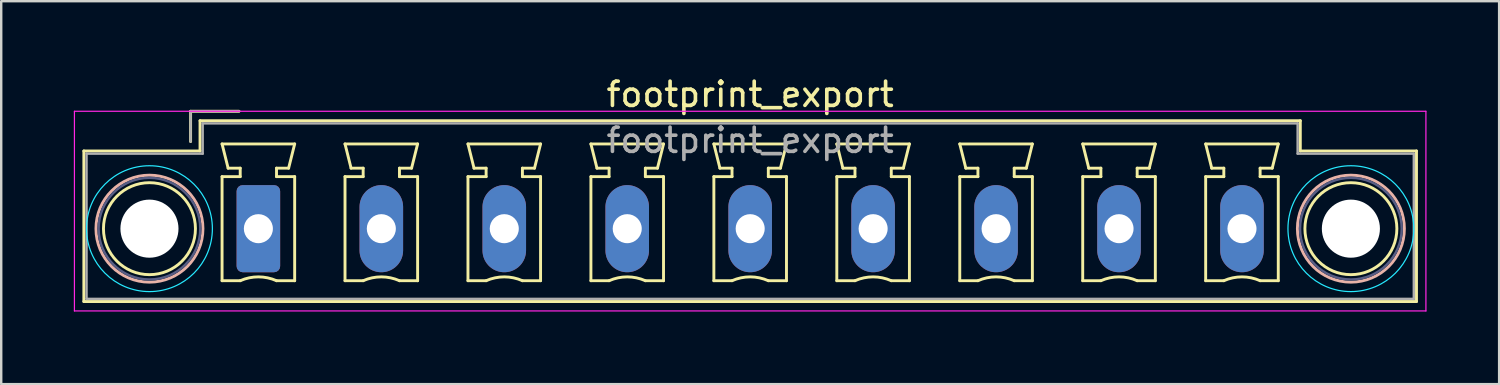
<source format=kicad_pcb>
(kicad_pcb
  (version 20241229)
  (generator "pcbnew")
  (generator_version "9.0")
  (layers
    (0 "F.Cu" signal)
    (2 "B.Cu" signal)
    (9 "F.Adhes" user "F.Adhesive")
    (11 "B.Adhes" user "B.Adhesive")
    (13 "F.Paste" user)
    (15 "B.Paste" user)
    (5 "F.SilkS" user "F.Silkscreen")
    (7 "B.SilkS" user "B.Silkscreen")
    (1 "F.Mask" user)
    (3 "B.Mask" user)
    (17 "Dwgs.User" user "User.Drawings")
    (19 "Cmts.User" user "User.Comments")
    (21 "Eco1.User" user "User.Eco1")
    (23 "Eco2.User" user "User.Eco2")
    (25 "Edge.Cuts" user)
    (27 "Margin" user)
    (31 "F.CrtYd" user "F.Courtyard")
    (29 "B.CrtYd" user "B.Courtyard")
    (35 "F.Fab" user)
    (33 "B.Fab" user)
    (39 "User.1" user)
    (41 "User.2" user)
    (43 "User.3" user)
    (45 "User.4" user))
  (footprint "footprint_export"
    (layer "F.Cu")
    (at 7.625 6.398)
    (property "Reference" "footprint_export" (at 20.32 -5.55 0) (layer "F.SilkS") (effects (font (size 1 1) (thickness 0.15))))
    (attr through_hole)
    (fp_line (start -7.21 -3.21) (end -7.21 3.01) (stroke (width 0.12) (type solid)) (layer "F.SilkS"))
    (fp_line (start -7.21 3.01) (end 47.85 3.01) (stroke (width 0.12) (type solid)) (layer "F.SilkS"))
    (fp_line (start -2.8 -4.85) (end -0.8 -4.85) (stroke (width 0.12) (type solid)) (layer "F.SilkS"))
    (fp_line (start -2.8 -3.6) (end -2.8 -4.85) (stroke (width 0.12) (type solid)) (layer "F.SilkS"))
    (fp_line (start -2.41 -4.46) (end -2.41 -3.21) (stroke (width 0.12) (type solid)) (layer "F.SilkS"))
    (fp_line (start -2.41 -3.21) (end -7.21 -3.21) (stroke (width 0.12) (type solid)) (layer "F.SilkS"))
    (fp_line (start -1.5 -3.5) (end 1.5 -3.5) (stroke (width 0.12) (type solid)) (layer "F.SilkS"))
    (fp_line (start -1.5 -2.15) (end -0.75 -2.15) (stroke (width 0.12) (type solid)) (layer "F.SilkS"))
    (fp_line (start -1.5 2.15) (end -1.5 -2.15) (stroke (width 0.12) (type solid)) (layer "F.SilkS"))
    (fp_line (start -1.25 -2.5) (end -1.5 -3.5) (stroke (width 0.12) (type solid)) (layer "F.SilkS"))
    (fp_line (start -0.75 -2.5) (end -1.25 -2.5) (stroke (width 0.12) (type solid)) (layer "F.SilkS"))
    (fp_line (start -0.75 -2.15) (end -0.75 -2.5) (stroke (width 0.12) (type solid)) (layer "F.SilkS"))
    (fp_line (start -0.75 2.15) (end -1.5 2.15) (stroke (width 0.12) (type solid)) (layer "F.SilkS"))
    (fp_line (start 0.75 -2.5) (end 0.75 -2.15) (stroke (width 0.12) (type solid)) (layer "F.SilkS"))
    (fp_line (start 0.75 -2.15) (end 1.5 -2.15) (stroke (width 0.12) (type solid)) (layer "F.SilkS"))
    (fp_line (start 1.25 -2.5) (end 0.75 -2.5) (stroke (width 0.12) (type solid)) (layer "F.SilkS"))
    (fp_line (start 1.5 -3.5) (end 1.25 -2.5) (stroke (width 0.12) (type solid)) (layer "F.SilkS"))
    (fp_line (start 1.5 -2.15) (end 1.5 2.15) (stroke (width 0.12) (type solid)) (layer "F.SilkS"))
    (fp_line (start 1.5 2.15) (end 0.75 2.15) (stroke (width 0.12) (type solid)) (layer "F.SilkS"))
    (fp_line (start 3.58 -3.5) (end 6.58 -3.5) (stroke (width 0.12) (type solid)) (layer "F.SilkS"))
    (fp_line (start 3.58 -2.15) (end 4.33 -2.15) (stroke (width 0.12) (type solid)) (layer "F.SilkS"))
    (fp_line (start 3.58 2.15) (end 3.58 -2.15) (stroke (width 0.12) (type solid)) (layer "F.SilkS"))
    (fp_line (start 3.83 -2.5) (end 3.58 -3.5) (stroke (width 0.12) (type solid)) (layer "F.SilkS"))
    (fp_line (start 4.33 -2.5) (end 3.83 -2.5) (stroke (width 0.12) (type solid)) (layer "F.SilkS"))
    (fp_line (start 4.33 -2.15) (end 4.33 -2.5) (stroke (width 0.12) (type solid)) (layer "F.SilkS"))
    (fp_line (start 4.33 2.15) (end 3.58 2.15) (stroke (width 0.12) (type solid)) (layer "F.SilkS"))
    (fp_line (start 5.83 -2.5) (end 5.83 -2.15) (stroke (width 0.12) (type solid)) (layer "F.SilkS"))
    (fp_line (start 5.83 -2.15) (end 6.58 -2.15) (stroke (width 0.12) (type solid)) (layer "F.SilkS"))
    (fp_line (start 6.33 -2.5) (end 5.83 -2.5) (stroke (width 0.12) (type solid)) (layer "F.SilkS"))
    (fp_line (start 6.58 -3.5) (end 6.33 -2.5) (stroke (width 0.12) (type solid)) (layer "F.SilkS"))
    (fp_line (start 6.58 -2.15) (end 6.58 2.15) (stroke (width 0.12) (type solid)) (layer "F.SilkS"))
    (fp_line (start 6.58 2.15) (end 5.83 2.15) (stroke (width 0.12) (type solid)) (layer "F.SilkS"))
    (fp_line (start 8.66 -3.5) (end 11.66 -3.5) (stroke (width 0.12) (type solid)) (layer "F.SilkS"))
    (fp_line (start 8.66 -2.15) (end 9.41 -2.15) (stroke (width 0.12) (type solid)) (layer "F.SilkS"))
    (fp_line (start 8.66 2.15) (end 8.66 -2.15) (stroke (width 0.12) (type solid)) (layer "F.SilkS"))
    (fp_line (start 8.91 -2.5) (end 8.66 -3.5) (stroke (width 0.12) (type solid)) (layer "F.SilkS"))
    (fp_line (start 9.41 -2.5) (end 8.91 -2.5) (stroke (width 0.12) (type solid)) (layer "F.SilkS"))
    (fp_line (start 9.41 -2.15) (end 9.41 -2.5) (stroke (width 0.12) (type solid)) (layer "F.SilkS"))
    (fp_line (start 9.41 2.15) (end 8.66 2.15) (stroke (width 0.12) (type solid)) (layer "F.SilkS"))
    (fp_line (start 10.91 -2.5) (end 10.91 -2.15) (stroke (width 0.12) (type solid)) (layer "F.SilkS"))
    (fp_line (start 10.91 -2.15) (end 11.66 -2.15) (stroke (width 0.12) (type solid)) (layer "F.SilkS"))
    (fp_line (start 11.41 -2.5) (end 10.91 -2.5) (stroke (width 0.12) (type solid)) (layer "F.SilkS"))
    (fp_line (start 11.66 -3.5) (end 11.41 -2.5) (stroke (width 0.12) (type solid)) (layer "F.SilkS"))
    (fp_line (start 11.66 -2.15) (end 11.66 2.15) (stroke (width 0.12) (type solid)) (layer "F.SilkS"))
    (fp_line (start 11.66 2.15) (end 10.91 2.15) (stroke (width 0.12) (type solid)) (layer "F.SilkS"))
    (fp_line (start 13.74 -3.5) (end 16.74 -3.5) (stroke (width 0.12) (type solid)) (layer "F.SilkS"))
    (fp_line (start 13.74 -2.15) (end 14.49 -2.15) (stroke (width 0.12) (type solid)) (layer "F.SilkS"))
    (fp_line (start 13.74 2.15) (end 13.74 -2.15) (stroke (width 0.12) (type solid)) (layer "F.SilkS"))
    (fp_line (start 13.99 -2.5) (end 13.74 -3.5) (stroke (width 0.12) (type solid)) (layer "F.SilkS"))
    (fp_line (start 14.49 -2.5) (end 13.99 -2.5) (stroke (width 0.12) (type solid)) (layer "F.SilkS"))
    (fp_line (start 14.49 -2.15) (end 14.49 -2.5) (stroke (width 0.12) (type solid)) (layer "F.SilkS"))
    (fp_line (start 14.49 2.15) (end 13.74 2.15) (stroke (width 0.12) (type solid)) (layer "F.SilkS"))
    (fp_line (start 15.99 -2.5) (end 15.99 -2.15) (stroke (width 0.12) (type solid)) (layer "F.SilkS"))
    (fp_line (start 15.99 -2.15) (end 16.74 -2.15) (stroke (width 0.12) (type solid)) (layer "F.SilkS"))
    (fp_line (start 16.49 -2.5) (end 15.99 -2.5) (stroke (width 0.12) (type solid)) (layer "F.SilkS"))
    (fp_line (start 16.74 -3.5) (end 16.49 -2.5) (stroke (width 0.12) (type solid)) (layer "F.SilkS"))
    (fp_line (start 16.74 -2.15) (end 16.74 2.15) (stroke (width 0.12) (type solid)) (layer "F.SilkS"))
    (fp_line (start 16.74 2.15) (end 15.99 2.15) (stroke (width 0.12) (type solid)) (layer "F.SilkS"))
    (fp_line (start 18.82 -3.5) (end 21.82 -3.5) (stroke (width 0.12) (type solid)) (layer "F.SilkS"))
    (fp_line (start 18.82 -2.15) (end 19.57 -2.15) (stroke (width 0.12) (type solid)) (layer "F.SilkS"))
    (fp_line (start 18.82 2.15) (end 18.82 -2.15) (stroke (width 0.12) (type solid)) (layer "F.SilkS"))
    (fp_line (start 19.07 -2.5) (end 18.82 -3.5) (stroke (width 0.12) (type solid)) (layer "F.SilkS"))
    (fp_line (start 19.57 -2.5) (end 19.07 -2.5) (stroke (width 0.12) (type solid)) (layer "F.SilkS"))
    (fp_line (start 19.57 -2.15) (end 19.57 -2.5) (stroke (width 0.12) (type solid)) (layer "F.SilkS"))
    (fp_line (start 19.57 2.15) (end 18.82 2.15) (stroke (width 0.12) (type solid)) (layer "F.SilkS"))
    (fp_line (start 21.07 -2.5) (end 21.07 -2.15) (stroke (width 0.12) (type solid)) (layer "F.SilkS"))
    (fp_line (start 21.07 -2.15) (end 21.82 -2.15) (stroke (width 0.12) (type solid)) (layer "F.SilkS"))
    (fp_line (start 21.57 -2.5) (end 21.07 -2.5) (stroke (width 0.12) (type solid)) (layer "F.SilkS"))
    (fp_line (start 21.82 -3.5) (end 21.57 -2.5) (stroke (width 0.12) (type solid)) (layer "F.SilkS"))
    (fp_line (start 21.82 -2.15) (end 21.82 2.15) (stroke (width 0.12) (type solid)) (layer "F.SilkS"))
    (fp_line (start 21.82 2.15) (end 21.07 2.15) (stroke (width 0.12) (type solid)) (layer "F.SilkS"))
    (fp_line (start 23.9 -3.5) (end 26.9 -3.5) (stroke (width 0.12) (type solid)) (layer "F.SilkS"))
    (fp_line (start 23.9 -2.15) (end 24.65 -2.15) (stroke (width 0.12) (type solid)) (layer "F.SilkS"))
    (fp_line (start 23.9 2.15) (end 23.9 -2.15) (stroke (width 0.12) (type solid)) (layer "F.SilkS"))
    (fp_line (start 24.15 -2.5) (end 23.9 -3.5) (stroke (width 0.12) (type solid)) (layer "F.SilkS"))
    (fp_line (start 24.65 -2.5) (end 24.15 -2.5) (stroke (width 0.12) (type solid)) (layer "F.SilkS"))
    (fp_line (start 24.65 -2.15) (end 24.65 -2.5) (stroke (width 0.12) (type solid)) (layer "F.SilkS"))
    (fp_line (start 24.65 2.15) (end 23.9 2.15) (stroke (width 0.12) (type solid)) (layer "F.SilkS"))
    (fp_line (start 26.15 -2.5) (end 26.15 -2.15) (stroke (width 0.12) (type solid)) (layer "F.SilkS"))
    (fp_line (start 26.15 -2.15) (end 26.9 -2.15) (stroke (width 0.12) (type solid)) (layer "F.SilkS"))
    (fp_line (start 26.65 -2.5) (end 26.15 -2.5) (stroke (width 0.12) (type solid)) (layer "F.SilkS"))
    (fp_line (start 26.9 -3.5) (end 26.65 -2.5) (stroke (width 0.12) (type solid)) (layer "F.SilkS"))
    (fp_line (start 26.9 -2.15) (end 26.9 2.15) (stroke (width 0.12) (type solid)) (layer "F.SilkS"))
    (fp_line (start 26.9 2.15) (end 26.15 2.15) (stroke (width 0.12) (type solid)) (layer "F.SilkS"))
    (fp_line (start 28.98 -3.5) (end 31.98 -3.5) (stroke (width 0.12) (type solid)) (layer "F.SilkS"))
    (fp_line (start 28.98 -2.15) (end 29.73 -2.15) (stroke (width 0.12) (type solid)) (layer "F.SilkS"))
    (fp_line (start 28.98 2.15) (end 28.98 -2.15) (stroke (width 0.12) (type solid)) (layer "F.SilkS"))
    (fp_line (start 29.23 -2.5) (end 28.98 -3.5) (stroke (width 0.12) (type solid)) (layer "F.SilkS"))
    (fp_line (start 29.73 -2.5) (end 29.23 -2.5) (stroke (width 0.12) (type solid)) (layer "F.SilkS"))
    (fp_line (start 29.73 -2.15) (end 29.73 -2.5) (stroke (width 0.12) (type solid)) (layer "F.SilkS"))
    (fp_line (start 29.73 2.15) (end 28.98 2.15) (stroke (width 0.12) (type solid)) (layer "F.SilkS"))
    (fp_line (start 31.23 -2.5) (end 31.23 -2.15) (stroke (width 0.12) (type solid)) (layer "F.SilkS"))
    (fp_line (start 31.23 -2.15) (end 31.98 -2.15) (stroke (width 0.12) (type solid)) (layer "F.SilkS"))
    (fp_line (start 31.73 -2.5) (end 31.23 -2.5) (stroke (width 0.12) (type solid)) (layer "F.SilkS"))
    (fp_line (start 31.98 -3.5) (end 31.73 -2.5) (stroke (width 0.12) (type solid)) (layer "F.SilkS"))
    (fp_line (start 31.98 -2.15) (end 31.98 2.15) (stroke (width 0.12) (type solid)) (layer "F.SilkS"))
    (fp_line (start 31.98 2.15) (end 31.23 2.15) (stroke (width 0.12) (type solid)) (layer "F.SilkS"))
    (fp_line (start 34.06 -3.5) (end 37.06 -3.5) (stroke (width 0.12) (type solid)) (layer "F.SilkS"))
    (fp_line (start 34.06 -2.15) (end 34.81 -2.15) (stroke (width 0.12) (type solid)) (layer "F.SilkS"))
    (fp_line (start 34.06 2.15) (end 34.06 -2.15) (stroke (width 0.12) (type solid)) (layer "F.SilkS"))
    (fp_line (start 34.31 -2.5) (end 34.06 -3.5) (stroke (width 0.12) (type solid)) (layer "F.SilkS"))
    (fp_line (start 34.81 -2.5) (end 34.31 -2.5) (stroke (width 0.12) (type solid)) (layer "F.SilkS"))
    (fp_line (start 34.81 -2.15) (end 34.81 -2.5) (stroke (width 0.12) (type solid)) (layer "F.SilkS"))
    (fp_line (start 34.81 2.15) (end 34.06 2.15) (stroke (width 0.12) (type solid)) (layer "F.SilkS"))
    (fp_line (start 36.31 -2.5) (end 36.31 -2.15) (stroke (width 0.12) (type solid)) (layer "F.SilkS"))
    (fp_line (start 36.31 -2.15) (end 37.06 -2.15) (stroke (width 0.12) (type solid)) (layer "F.SilkS"))
    (fp_line (start 36.81 -2.5) (end 36.31 -2.5) (stroke (width 0.12) (type solid)) (layer "F.SilkS"))
    (fp_line (start 37.06 -3.5) (end 36.81 -2.5) (stroke (width 0.12) (type solid)) (layer "F.SilkS"))
    (fp_line (start 37.06 -2.15) (end 37.06 2.15) (stroke (width 0.12) (type solid)) (layer "F.SilkS"))
    (fp_line (start 37.06 2.15) (end 36.31 2.15) (stroke (width 0.12) (type solid)) (layer "F.SilkS"))
    (fp_line (start 39.14 -3.5) (end 42.14 -3.5) (stroke (width 0.12) (type solid)) (layer "F.SilkS"))
    (fp_line (start 39.14 -2.15) (end 39.89 -2.15) (stroke (width 0.12) (type solid)) (layer "F.SilkS"))
    (fp_line (start 39.14 2.15) (end 39.14 -2.15) (stroke (width 0.12) (type solid)) (layer "F.SilkS"))
    (fp_line (start 39.39 -2.5) (end 39.14 -3.5) (stroke (width 0.12) (type solid)) (layer "F.SilkS"))
    (fp_line (start 39.89 -2.5) (end 39.39 -2.5) (stroke (width 0.12) (type solid)) (layer "F.SilkS"))
    (fp_line (start 39.89 -2.15) (end 39.89 -2.5) (stroke (width 0.12) (type solid)) (layer "F.SilkS"))
    (fp_line (start 39.89 2.15) (end 39.14 2.15) (stroke (width 0.12) (type solid)) (layer "F.SilkS"))
    (fp_line (start 41.39 -2.5) (end 41.39 -2.15) (stroke (width 0.12) (type solid)) (layer "F.SilkS"))
    (fp_line (start 41.39 -2.15) (end 42.14 -2.15) (stroke (width 0.12) (type solid)) (layer "F.SilkS"))
    (fp_line (start 41.89 -2.5) (end 41.39 -2.5) (stroke (width 0.12) (type solid)) (layer "F.SilkS"))
    (fp_line (start 42.14 -3.5) (end 41.89 -2.5) (stroke (width 0.12) (type solid)) (layer "F.SilkS"))
    (fp_line (start 42.14 -2.15) (end 42.14 2.15) (stroke (width 0.12) (type solid)) (layer "F.SilkS"))
    (fp_line (start 42.14 2.15) (end 41.39 2.15) (stroke (width 0.12) (type solid)) (layer "F.SilkS"))
    (fp_line (start 43.05 -4.46) (end -2.41 -4.46) (stroke (width 0.12) (type solid)) (layer "F.SilkS"))
    (fp_line (start 43.05 -3.21) (end 43.05 -4.46) (stroke (width 0.12) (type solid)) (layer "F.SilkS"))
    (fp_line (start 47.85 -3.21) (end 43.05 -3.21) (stroke (width 0.12) (type solid)) (layer "F.SilkS"))
    (fp_line (start 47.85 3.01) (end 47.85 -3.21) (stroke (width 0.12) (type solid)) (layer "F.SilkS"))
    (fp_arc (start -0.75 2.15) (mid -0.000193 1.99191) (end 0.749647 2.149844) (stroke (width 0.12) (type solid)) (layer "F.SilkS"))
    (fp_arc (start 4.33 2.15) (mid 5.079807 1.99191) (end 5.829647 2.149844) (stroke (width 0.12) (type solid)) (layer "F.SilkS"))
    (fp_arc (start 9.41 2.15) (mid 10.159807 1.99191) (end 10.909647 2.149844) (stroke (width 0.12) (type solid)) (layer "F.SilkS"))
    (fp_arc (start 14.49 2.15) (mid 15.239807 1.99191) (end 15.989647 2.149844) (stroke (width 0.12) (type solid)) (layer "F.SilkS"))
    (fp_arc (start 19.57 2.15) (mid 20.319807 1.99191) (end 21.069647 2.149844) (stroke (width 0.12) (type solid)) (layer "F.SilkS"))
    (fp_arc (start 24.65 2.15) (mid 25.399807 1.99191) (end 26.149647 2.149844) (stroke (width 0.12) (type solid)) (layer "F.SilkS"))
    (fp_arc (start 29.73 2.15) (mid 30.479807 1.99191) (end 31.229647 2.149844) (stroke (width 0.12) (type solid)) (layer "F.SilkS"))
    (fp_arc (start 34.81 2.15) (mid 35.559807 1.99191) (end 36.309647 2.149844) (stroke (width 0.12) (type solid)) (layer "F.SilkS"))
    (fp_arc (start 39.89 2.15) (mid 40.639807 1.99191) (end 41.389647 2.149844) (stroke (width 0.12) (type solid)) (layer "F.SilkS"))
    (fp_circle (center -4.5 0) (end -2.6 0) (stroke (width 0.12) (type solid)) (fill no) (layer "F.SilkS"))
    (fp_circle (center 45.14 0) (end 47.04 0) (stroke (width 0.12) (type solid)) (fill no) (layer "F.SilkS"))
    (fp_circle (center -4.5 0) (end -2.29 0) (stroke (width 0.12) (type solid)) (fill no) (layer "B.SilkS"))
    (fp_circle (center 45.14 0) (end 47.35 0) (stroke (width 0.12) (type solid)) (fill no) (layer "B.SilkS"))
    (fp_circle (center -4.5 0) (end -1.9 0) (stroke (width 0.05) (type solid)) (fill no) (layer "B.CrtYd"))
    (fp_circle (center 45.14 0) (end 47.74 0) (stroke (width 0.05) (type solid)) (fill no) (layer "B.CrtYd"))
    (fp_line (start -7.6 -4.85) (end -7.6 3.4) (stroke (width 0.05) (type solid)) (layer "F.CrtYd"))
    (fp_line (start -7.6 3.4) (end 48.24 3.4) (stroke (width 0.05) (type solid)) (layer "F.CrtYd"))
    (fp_line (start 48.24 -4.85) (end -7.6 -4.85) (stroke (width 0.05) (type solid)) (layer "F.CrtYd"))
    (fp_line (start 48.24 3.4) (end 48.24 -4.85) (stroke (width 0.05) (type solid)) (layer "F.CrtYd"))
    (fp_circle (center -4.5 0) (end -2.4 0) (stroke (width 0.1) (type solid)) (fill no) (layer "B.Fab"))
    (fp_circle (center 45.14 0) (end 47.24 0) (stroke (width 0.1) (type solid)) (fill no) (layer "B.Fab"))
    (fp_line (start -7.1 -3.1) (end -7.1 2.9) (stroke (width 0.1) (type solid)) (layer "F.Fab"))
    (fp_line (start -7.1 2.9) (end 47.74 2.9) (stroke (width 0.1) (type solid)) (layer "F.Fab"))
    (fp_line (start -2.8 -4.85) (end -0.8 -4.85) (stroke (width 0.1) (type solid)) (layer "F.Fab"))
    (fp_line (start -2.8 -3.6) (end -2.8 -4.85) (stroke (width 0.1) (type solid)) (layer "F.Fab"))
    (fp_line (start -2.3 -4.35) (end -2.3 -3.1) (stroke (width 0.1) (type solid)) (layer "F.Fab"))
    (fp_line (start -2.3 -3.1) (end -7.1 -3.1) (stroke (width 0.1) (type solid)) (layer "F.Fab"))
    (fp_line (start 42.94 -4.35) (end -2.3 -4.35) (stroke (width 0.1) (type solid)) (layer "F.Fab"))
    (fp_line (start 42.94 -3.1) (end 42.94 -4.35) (stroke (width 0.1) (type solid)) (layer "F.Fab"))
    (fp_line (start 47.74 -3.1) (end 42.94 -3.1) (stroke (width 0.1) (type solid)) (layer "F.Fab"))
    (fp_line (start 47.74 2.9) (end 47.74 -3.1) (stroke (width 0.1) (type solid)) (layer "F.Fab"))
    (fp_text user "${REFERENCE}" (at 20.32 -3.65 0) (layer "F.Fab") (effects (font (size 1 1) (thickness 0.15))))
    (pad "" np_thru_hole circle (at -4.5 0) (size 2.4 2.4) (drill 2.4) (layers "*.Cu" "*.Mask"))
    (pad "" np_thru_hole circle (at 45.14 0) (size 2.4 2.4) (drill 2.4) (layers "*.Cu" "*.Mask"))
    (pad "1" thru_hole roundrect (at 0 0) (size 1.8 3.6) (drill 1.2) (layers "*.Cu" "*.Mask") (roundrect_rratio 0.139))
    (pad "2" thru_hole oval (at 5.08 0) (size 1.8 3.6) (drill 1.2) (layers "*.Cu" "*.Mask"))
    (pad "3" thru_hole oval (at 10.16 0) (size 1.8 3.6) (drill 1.2) (layers "*.Cu" "*.Mask"))
    (pad "4" thru_hole oval (at 15.24 0) (size 1.8 3.6) (drill 1.2) (layers "*.Cu" "*.Mask"))
    (pad "5" thru_hole oval (at 20.32 0) (size 1.8 3.6) (drill 1.2) (layers "*.Cu" "*.Mask"))
    (pad "6" thru_hole oval (at 25.4 0) (size 1.8 3.6) (drill 1.2) (layers "*.Cu" "*.Mask"))
    (pad "7" thru_hole oval (at 30.48 0) (size 1.8 3.6) (drill 1.2) (layers "*.Cu" "*.Mask"))
    (pad "8" thru_hole oval (at 35.56 0) (size 1.8 3.6) (drill 1.2) (layers "*.Cu" "*.Mask"))
    (pad "9" thru_hole oval (at 40.64 0) (size 1.8 3.6) (drill 1.2) (layers "*.Cu" "*.Mask")))
  (gr_rect
    (start -3 -3)
    (end 58.89 12.823)
    (stroke (width 0.1) (type default))
    (fill no)
    (layer "Edge.Cuts")))
</source>
